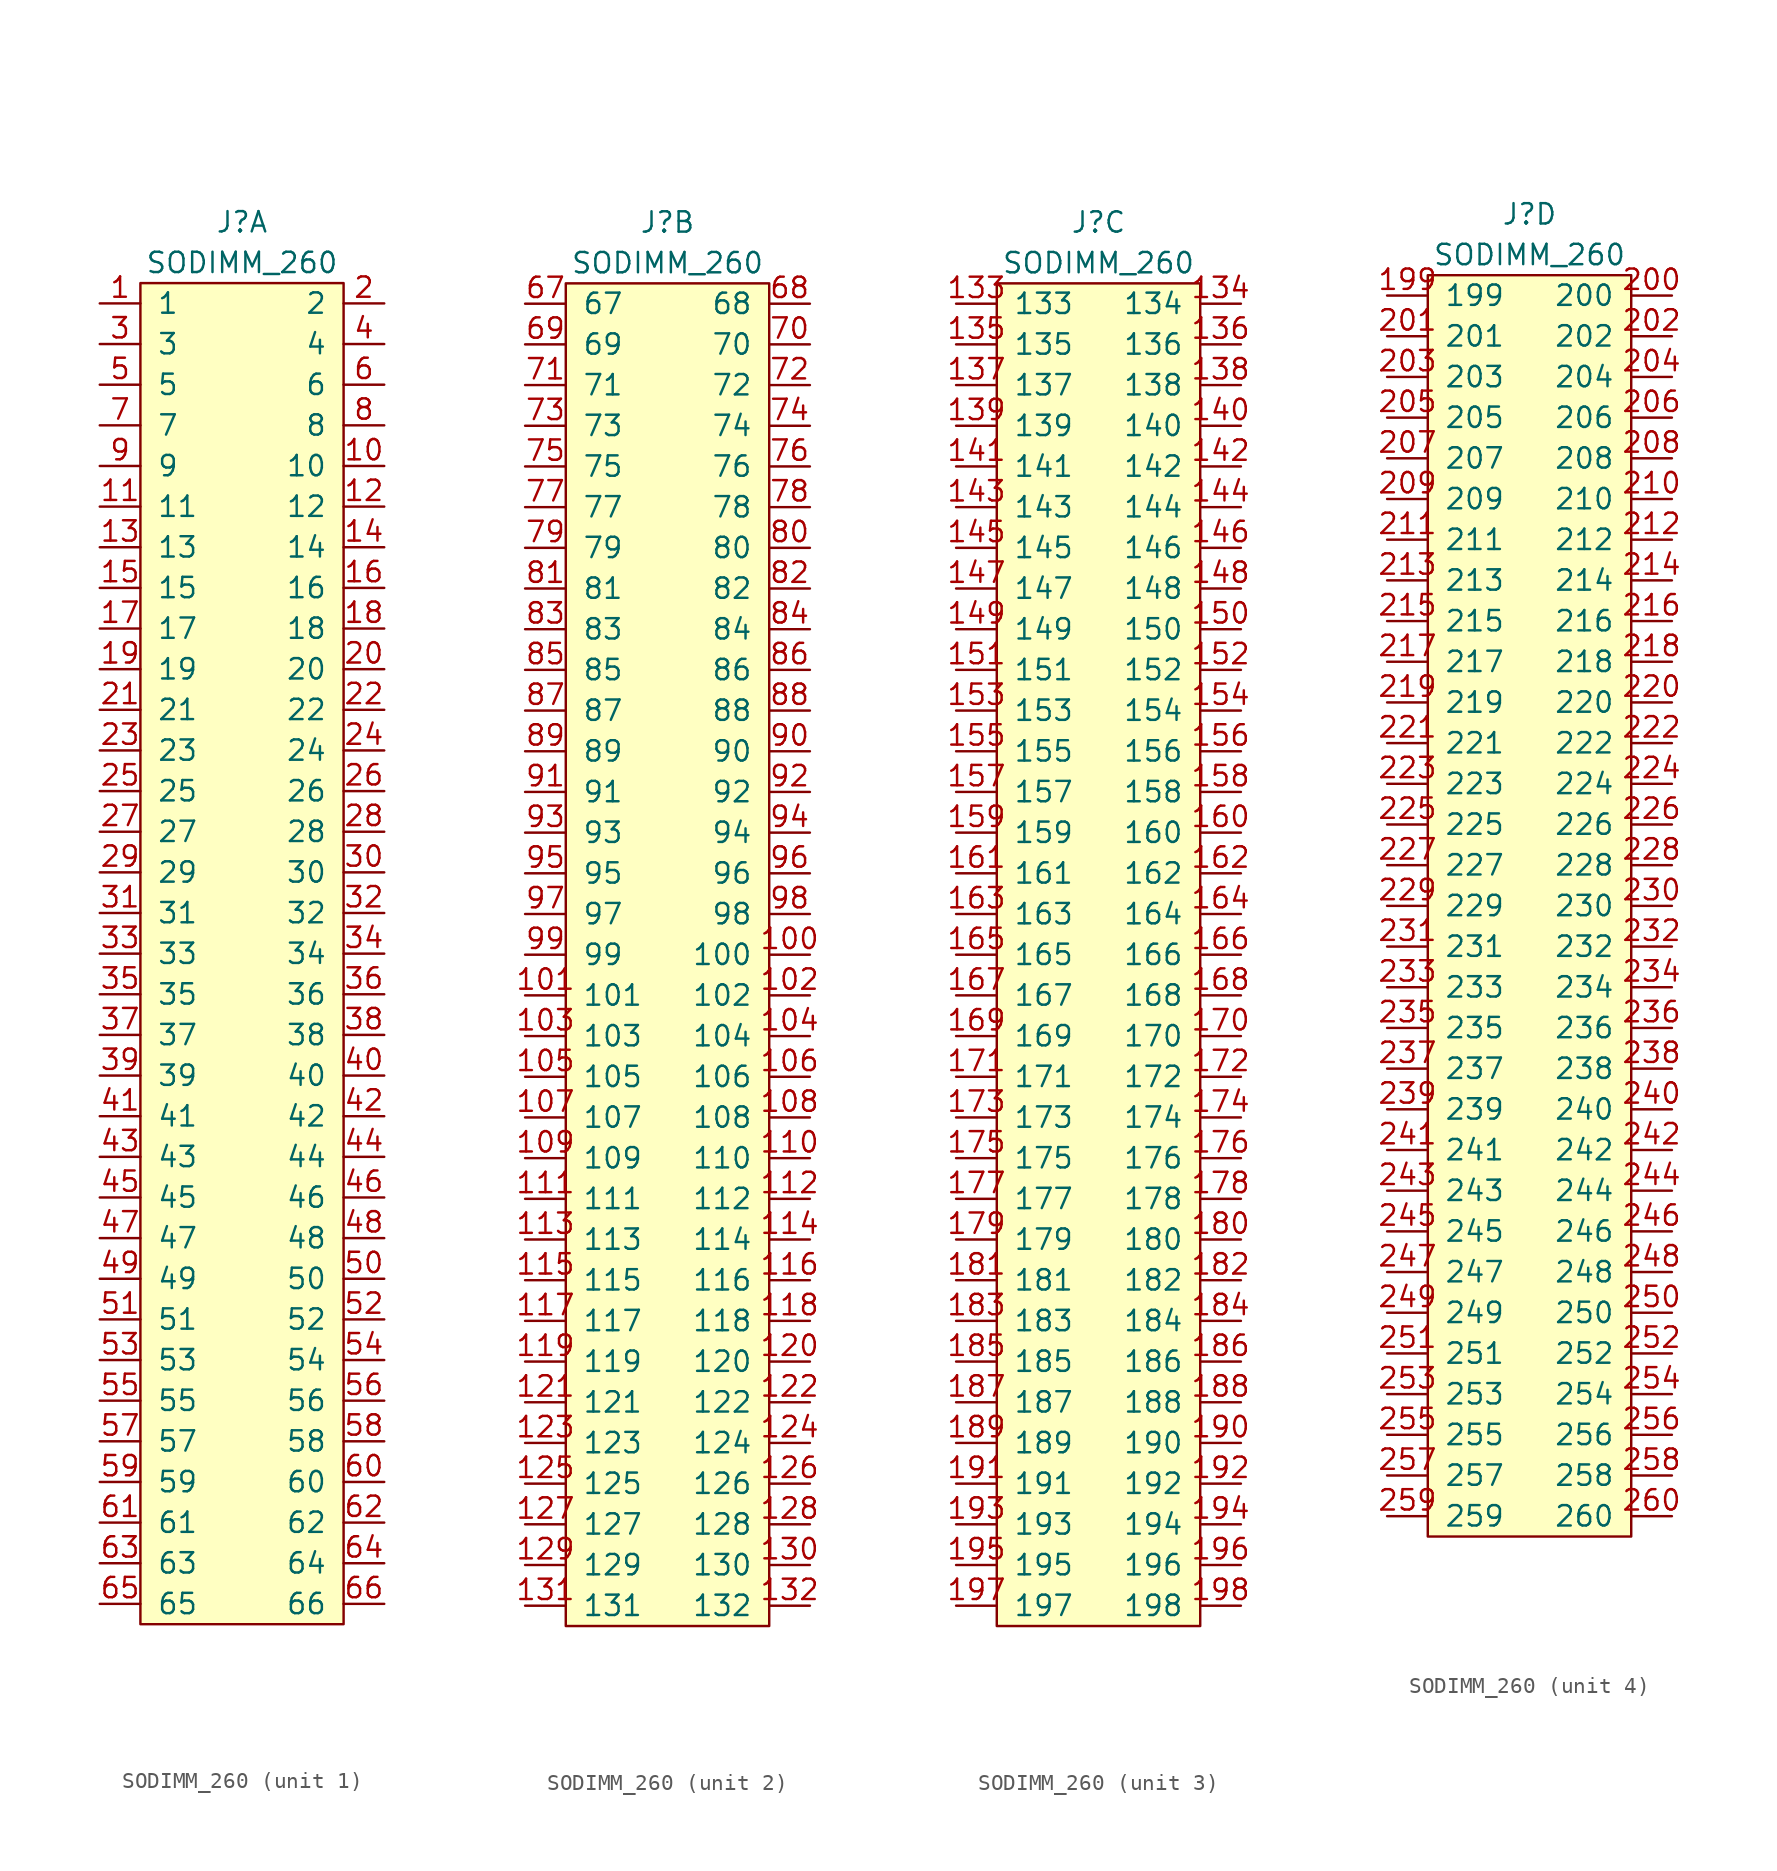
<source format=kicad_sym>
(kicad_symbol_lib
  (version 20241209)
  (generator "kicad_symbol_editor")
  (generator_version "9.0")
  (symbol "SODIMM_260"
    (pin_names
      (offset 1.016))
    (property "Reference" "J"
      (at 0 13.97 0)
      (effects (font (size 1.27 1.27))))
    (property "Value" "SODIMM_260"
      (at 0 11.43 0)
      (effects (font (size 1.27 1.27))))
    (property "ki_locked" ""
      (at 0 0 0)
      (effects (font (size 1.27 1.27))))
    (symbol "SODIMM_260_1_1"
      (rectangle (start -6.35 10.16) (end 6.35 -73.66) (stroke (width 0) (type default)) (fill (type background)))
      (pin bidirectional line (at -8.89 8.89 0) (length 2.54) (name "1" (effects (font (size 1.27 1.27)))) (number "1" (effects (font (size 1.27 1.27)))))
      (pin bidirectional line (at -8.89 6.35 0) (length 2.54) (name "3" (effects (font (size 1.27 1.27)))) (number "3" (effects (font (size 1.27 1.27)))))
      (pin bidirectional line (at -8.89 3.81 0) (length 2.54) (name "5" (effects (font (size 1.27 1.27)))) (number "5" (effects (font (size 1.27 1.27)))))
      (pin bidirectional line (at -8.89 1.27 0) (length 2.54) (name "7" (effects (font (size 1.27 1.27)))) (number "7" (effects (font (size 1.27 1.27)))))
      (pin bidirectional line (at -8.89 -1.27 0) (length 2.54) (name "9" (effects (font (size 1.27 1.27)))) (number "9" (effects (font (size 1.27 1.27)))))
      (pin bidirectional line (at -8.89 -3.81 0) (length 2.54) (name "11" (effects (font (size 1.27 1.27)))) (number "11" (effects (font (size 1.27 1.27)))))
      (pin bidirectional line (at -8.89 -6.35 0) (length 2.54) (name "13" (effects (font (size 1.27 1.27)))) (number "13" (effects (font (size 1.27 1.27)))))
      (pin bidirectional line (at -8.89 -8.89 0) (length 2.54) (name "15" (effects (font (size 1.27 1.27)))) (number "15" (effects (font (size 1.27 1.27)))))
      (pin bidirectional line (at -8.89 -11.43 0) (length 2.54) (name "17" (effects (font (size 1.27 1.27)))) (number "17" (effects (font (size 1.27 1.27)))))
      (pin bidirectional line (at -8.89 -13.97 0) (length 2.54) (name "19" (effects (font (size 1.27 1.27)))) (number "19" (effects (font (size 1.27 1.27)))))
      (pin bidirectional line (at -8.89 -16.51 0) (length 2.54) (name "21" (effects (font (size 1.27 1.27)))) (number "21" (effects (font (size 1.27 1.27)))))
      (pin bidirectional line (at -8.89 -19.05 0) (length 2.54) (name "23" (effects (font (size 1.27 1.27)))) (number "23" (effects (font (size 1.27 1.27)))))
      (pin bidirectional line (at -8.89 -21.59 0) (length 2.54) (name "25" (effects (font (size 1.27 1.27)))) (number "25" (effects (font (size 1.27 1.27)))))
      (pin bidirectional line (at -8.89 -24.13 0) (length 2.54) (name "27" (effects (font (size 1.27 1.27)))) (number "27" (effects (font (size 1.27 1.27)))))
      (pin bidirectional line (at -8.89 -26.67 0) (length 2.54) (name "29" (effects (font (size 1.27 1.27)))) (number "29" (effects (font (size 1.27 1.27)))))
      (pin bidirectional line (at -8.89 -29.21 0) (length 2.54) (name "31" (effects (font (size 1.27 1.27)))) (number "31" (effects (font (size 1.27 1.27)))))
      (pin bidirectional line (at -8.89 -31.75 0) (length 2.54) (name "33" (effects (font (size 1.27 1.27)))) (number "33" (effects (font (size 1.27 1.27)))))
      (pin bidirectional line (at -8.89 -34.29 0) (length 2.54) (name "35" (effects (font (size 1.27 1.27)))) (number "35" (effects (font (size 1.27 1.27)))))
      (pin bidirectional line (at -8.89 -36.83 0) (length 2.54) (name "37" (effects (font (size 1.27 1.27)))) (number "37" (effects (font (size 1.27 1.27)))))
      (pin bidirectional line (at -8.89 -39.37 0) (length 2.54) (name "39" (effects (font (size 1.27 1.27)))) (number "39" (effects (font (size 1.27 1.27)))))
      (pin bidirectional line (at -8.89 -41.91 0) (length 2.54) (name "41" (effects (font (size 1.27 1.27)))) (number "41" (effects (font (size 1.27 1.27)))))
      (pin bidirectional line (at -8.89 -44.45 0) (length 2.54) (name "43" (effects (font (size 1.27 1.27)))) (number "43" (effects (font (size 1.27 1.27)))))
      (pin bidirectional line (at -8.89 -46.99 0) (length 2.54) (name "45" (effects (font (size 1.27 1.27)))) (number "45" (effects (font (size 1.27 1.27)))))
      (pin bidirectional line (at -8.89 -49.53 0) (length 2.54) (name "47" (effects (font (size 1.27 1.27)))) (number "47" (effects (font (size 1.27 1.27)))))
      (pin bidirectional line (at -8.89 -52.07 0) (length 2.54) (name "49" (effects (font (size 1.27 1.27)))) (number "49" (effects (font (size 1.27 1.27)))))
      (pin bidirectional line (at -8.89 -54.61 0) (length 2.54) (name "51" (effects (font (size 1.27 1.27)))) (number "51" (effects (font (size 1.27 1.27)))))
      (pin bidirectional line (at -8.89 -57.15 0) (length 2.54) (name "53" (effects (font (size 1.27 1.27)))) (number "53" (effects (font (size 1.27 1.27)))))
      (pin bidirectional line (at -8.89 -59.69 0) (length 2.54) (name "55" (effects (font (size 1.27 1.27)))) (number "55" (effects (font (size 1.27 1.27)))))
      (pin bidirectional line (at -8.89 -62.23 0) (length 2.54) (name "57" (effects (font (size 1.27 1.27)))) (number "57" (effects (font (size 1.27 1.27)))))
      (pin bidirectional line (at -8.89 -64.77 0) (length 2.54) (name "59" (effects (font (size 1.27 1.27)))) (number "59" (effects (font (size 1.27 1.27)))))
      (pin bidirectional line (at -8.89 -67.31 0) (length 2.54) (name "61" (effects (font (size 1.27 1.27)))) (number "61" (effects (font (size 1.27 1.27)))))
      (pin bidirectional line (at -8.89 -69.85 0) (length 2.54) (name "63" (effects (font (size 1.27 1.27)))) (number "63" (effects (font (size 1.27 1.27)))))
      (pin bidirectional line (at -8.89 -72.39 0) (length 2.54) (name "65" (effects (font (size 1.27 1.27)))) (number "65" (effects (font (size 1.27 1.27)))))
      (pin bidirectional line (at 8.89 8.89 180) (length 2.54) (name "2" (effects (font (size 1.27 1.27)))) (number "2" (effects (font (size 1.27 1.27)))))
      (pin bidirectional line (at 8.89 6.35 180) (length 2.54) (name "4" (effects (font (size 1.27 1.27)))) (number "4" (effects (font (size 1.27 1.27)))))
      (pin bidirectional line (at 8.89 3.81 180) (length 2.54) (name "6" (effects (font (size 1.27 1.27)))) (number "6" (effects (font (size 1.27 1.27)))))
      (pin bidirectional line (at 8.89 1.27 180) (length 2.54) (name "8" (effects (font (size 1.27 1.27)))) (number "8" (effects (font (size 1.27 1.27)))))
      (pin bidirectional line (at 8.89 -1.27 180) (length 2.54) (name "10" (effects (font (size 1.27 1.27)))) (number "10" (effects (font (size 1.27 1.27)))))
      (pin bidirectional line (at 8.89 -3.81 180) (length 2.54) (name "12" (effects (font (size 1.27 1.27)))) (number "12" (effects (font (size 1.27 1.27)))))
      (pin bidirectional line (at 8.89 -6.35 180) (length 2.54) (name "14" (effects (font (size 1.27 1.27)))) (number "14" (effects (font (size 1.27 1.27)))))
      (pin bidirectional line (at 8.89 -8.89 180) (length 2.54) (name "16" (effects (font (size 1.27 1.27)))) (number "16" (effects (font (size 1.27 1.27)))))
      (pin bidirectional line (at 8.89 -11.43 180) (length 2.54) (name "18" (effects (font (size 1.27 1.27)))) (number "18" (effects (font (size 1.27 1.27)))))
      (pin bidirectional line (at 8.89 -13.97 180) (length 2.54) (name "20" (effects (font (size 1.27 1.27)))) (number "20" (effects (font (size 1.27 1.27)))))
      (pin bidirectional line (at 8.89 -16.51 180) (length 2.54) (name "22" (effects (font (size 1.27 1.27)))) (number "22" (effects (font (size 1.27 1.27)))))
      (pin bidirectional line (at 8.89 -19.05 180) (length 2.54) (name "24" (effects (font (size 1.27 1.27)))) (number "24" (effects (font (size 1.27 1.27)))))
      (pin bidirectional line (at 8.89 -21.59 180) (length 2.54) (name "26" (effects (font (size 1.27 1.27)))) (number "26" (effects (font (size 1.27 1.27)))))
      (pin bidirectional line (at 8.89 -24.13 180) (length 2.54) (name "28" (effects (font (size 1.27 1.27)))) (number "28" (effects (font (size 1.27 1.27)))))
      (pin bidirectional line (at 8.89 -26.67 180) (length 2.54) (name "30" (effects (font (size 1.27 1.27)))) (number "30" (effects (font (size 1.27 1.27)))))
      (pin bidirectional line (at 8.89 -29.21 180) (length 2.54) (name "32" (effects (font (size 1.27 1.27)))) (number "32" (effects (font (size 1.27 1.27)))))
      (pin bidirectional line (at 8.89 -31.75 180) (length 2.54) (name "34" (effects (font (size 1.27 1.27)))) (number "34" (effects (font (size 1.27 1.27)))))
      (pin bidirectional line (at 8.89 -34.29 180) (length 2.54) (name "36" (effects (font (size 1.27 1.27)))) (number "36" (effects (font (size 1.27 1.27)))))
      (pin bidirectional line (at 8.89 -36.83 180) (length 2.54) (name "38" (effects (font (size 1.27 1.27)))) (number "38" (effects (font (size 1.27 1.27)))))
      (pin bidirectional line (at 8.89 -39.37 180) (length 2.54) (name "40" (effects (font (size 1.27 1.27)))) (number "40" (effects (font (size 1.27 1.27)))))
      (pin bidirectional line (at 8.89 -41.91 180) (length 2.54) (name "42" (effects (font (size 1.27 1.27)))) (number "42" (effects (font (size 1.27 1.27)))))
      (pin bidirectional line (at 8.89 -44.45 180) (length 2.54) (name "44" (effects (font (size 1.27 1.27)))) (number "44" (effects (font (size 1.27 1.27)))))
      (pin bidirectional line (at 8.89 -46.99 180) (length 2.54) (name "46" (effects (font (size 1.27 1.27)))) (number "46" (effects (font (size 1.27 1.27)))))
      (pin bidirectional line (at 8.89 -49.53 180) (length 2.54) (name "48" (effects (font (size 1.27 1.27)))) (number "48" (effects (font (size 1.27 1.27)))))
      (pin bidirectional line (at 8.89 -52.07 180) (length 2.54) (name "50" (effects (font (size 1.27 1.27)))) (number "50" (effects (font (size 1.27 1.27)))))
      (pin bidirectional line (at 8.89 -54.61 180) (length 2.54) (name "52" (effects (font (size 1.27 1.27)))) (number "52" (effects (font (size 1.27 1.27)))))
      (pin bidirectional line (at 8.89 -57.15 180) (length 2.54) (name "54" (effects (font (size 1.27 1.27)))) (number "54" (effects (font (size 1.27 1.27)))))
      (pin bidirectional line (at 8.89 -59.69 180) (length 2.54) (name "56" (effects (font (size 1.27 1.27)))) (number "56" (effects (font (size 1.27 1.27)))))
      (pin bidirectional line (at 8.89 -62.23 180) (length 2.54) (name "58" (effects (font (size 1.27 1.27)))) (number "58" (effects (font (size 1.27 1.27)))))
      (pin bidirectional line (at 8.89 -64.77 180) (length 2.54) (name "60" (effects (font (size 1.27 1.27)))) (number "60" (effects (font (size 1.27 1.27)))))
      (pin bidirectional line (at 8.89 -67.31 180) (length 2.54) (name "62" (effects (font (size 1.27 1.27)))) (number "62" (effects (font (size 1.27 1.27)))))
      (pin bidirectional line (at 8.89 -69.85 180) (length 2.54) (name "64" (effects (font (size 1.27 1.27)))) (number "64" (effects (font (size 1.27 1.27)))))
      (pin bidirectional line (at 8.89 -72.39 180) (length 2.54) (name "66" (effects (font (size 1.27 1.27)))) (number "66" (effects (font (size 1.27 1.27))))))
    (symbol "SODIMM_260_2_1"
      (rectangle (start -6.35 10.16) (end 6.35 -73.66) (stroke (width 0) (type default)) (fill (type background)))
      (pin bidirectional line (at -8.89 8.89 0) (length 2.54) (name "67" (effects (font (size 1.27 1.27)))) (number "67" (effects (font (size 1.27 1.27)))))
      (pin bidirectional line (at -8.89 6.35 0) (length 2.54) (name "69" (effects (font (size 1.27 1.27)))) (number "69" (effects (font (size 1.27 1.27)))))
      (pin bidirectional line (at -8.89 3.81 0) (length 2.54) (name "71" (effects (font (size 1.27 1.27)))) (number "71" (effects (font (size 1.27 1.27)))))
      (pin bidirectional line (at -8.89 1.27 0) (length 2.54) (name "73" (effects (font (size 1.27 1.27)))) (number "73" (effects (font (size 1.27 1.27)))))
      (pin bidirectional line (at -8.89 -1.27 0) (length 2.54) (name "75" (effects (font (size 1.27 1.27)))) (number "75" (effects (font (size 1.27 1.27)))))
      (pin bidirectional line (at -8.89 -3.81 0) (length 2.54) (name "77" (effects (font (size 1.27 1.27)))) (number "77" (effects (font (size 1.27 1.27)))))
      (pin bidirectional line (at -8.89 -6.35 0) (length 2.54) (name "79" (effects (font (size 1.27 1.27)))) (number "79" (effects (font (size 1.27 1.27)))))
      (pin bidirectional line (at -8.89 -8.89 0) (length 2.54) (name "81" (effects (font (size 1.27 1.27)))) (number "81" (effects (font (size 1.27 1.27)))))
      (pin bidirectional line (at -8.89 -11.43 0) (length 2.54) (name "83" (effects (font (size 1.27 1.27)))) (number "83" (effects (font (size 1.27 1.27)))))
      (pin bidirectional line (at -8.89 -13.97 0) (length 2.54) (name "85" (effects (font (size 1.27 1.27)))) (number "85" (effects (font (size 1.27 1.27)))))
      (pin bidirectional line (at -8.89 -16.51 0) (length 2.54) (name "87" (effects (font (size 1.27 1.27)))) (number "87" (effects (font (size 1.27 1.27)))))
      (pin bidirectional line (at -8.89 -19.05 0) (length 2.54) (name "89" (effects (font (size 1.27 1.27)))) (number "89" (effects (font (size 1.27 1.27)))))
      (pin bidirectional line (at -8.89 -21.59 0) (length 2.54) (name "91" (effects (font (size 1.27 1.27)))) (number "91" (effects (font (size 1.27 1.27)))))
      (pin bidirectional line (at -8.89 -24.13 0) (length 2.54) (name "93" (effects (font (size 1.27 1.27)))) (number "93" (effects (font (size 1.27 1.27)))))
      (pin bidirectional line (at -8.89 -26.67 0) (length 2.54) (name "95" (effects (font (size 1.27 1.27)))) (number "95" (effects (font (size 1.27 1.27)))))
      (pin bidirectional line (at -8.89 -29.21 0) (length 2.54) (name "97" (effects (font (size 1.27 1.27)))) (number "97" (effects (font (size 1.27 1.27)))))
      (pin bidirectional line (at -8.89 -31.75 0) (length 2.54) (name "99" (effects (font (size 1.27 1.27)))) (number "99" (effects (font (size 1.27 1.27)))))
      (pin bidirectional line (at -8.89 -34.29 0) (length 2.54) (name "101" (effects (font (size 1.27 1.27)))) (number "101" (effects (font (size 1.27 1.27)))))
      (pin bidirectional line (at -8.89 -36.83 0) (length 2.54) (name "103" (effects (font (size 1.27 1.27)))) (number "103" (effects (font (size 1.27 1.27)))))
      (pin bidirectional line (at -8.89 -39.37 0) (length 2.54) (name "105" (effects (font (size 1.27 1.27)))) (number "105" (effects (font (size 1.27 1.27)))))
      (pin bidirectional line (at -8.89 -41.91 0) (length 2.54) (name "107" (effects (font (size 1.27 1.27)))) (number "107" (effects (font (size 1.27 1.27)))))
      (pin bidirectional line (at -8.89 -44.45 0) (length 2.54) (name "109" (effects (font (size 1.27 1.27)))) (number "109" (effects (font (size 1.27 1.27)))))
      (pin bidirectional line (at -8.89 -46.99 0) (length 2.54) (name "111" (effects (font (size 1.27 1.27)))) (number "111" (effects (font (size 1.27 1.27)))))
      (pin bidirectional line (at -8.89 -49.53 0) (length 2.54) (name "113" (effects (font (size 1.27 1.27)))) (number "113" (effects (font (size 1.27 1.27)))))
      (pin bidirectional line (at -8.89 -52.07 0) (length 2.54) (name "115" (effects (font (size 1.27 1.27)))) (number "115" (effects (font (size 1.27 1.27)))))
      (pin bidirectional line (at -8.89 -54.61 0) (length 2.54) (name "117" (effects (font (size 1.27 1.27)))) (number "117" (effects (font (size 1.27 1.27)))))
      (pin bidirectional line (at -8.89 -57.15 0) (length 2.54) (name "119" (effects (font (size 1.27 1.27)))) (number "119" (effects (font (size 1.27 1.27)))))
      (pin bidirectional line (at -8.89 -59.69 0) (length 2.54) (name "121" (effects (font (size 1.27 1.27)))) (number "121" (effects (font (size 1.27 1.27)))))
      (pin bidirectional line (at -8.89 -62.23 0) (length 2.54) (name "123" (effects (font (size 1.27 1.27)))) (number "123" (effects (font (size 1.27 1.27)))))
      (pin bidirectional line (at -8.89 -64.77 0) (length 2.54) (name "125" (effects (font (size 1.27 1.27)))) (number "125" (effects (font (size 1.27 1.27)))))
      (pin bidirectional line (at -8.89 -67.31 0) (length 2.54) (name "127" (effects (font (size 1.27 1.27)))) (number "127" (effects (font (size 1.27 1.27)))))
      (pin bidirectional line (at -8.89 -69.85 0) (length 2.54) (name "129" (effects (font (size 1.27 1.27)))) (number "129" (effects (font (size 1.27 1.27)))))
      (pin bidirectional line (at -8.89 -72.39 0) (length 2.54) (name "131" (effects (font (size 1.27 1.27)))) (number "131" (effects (font (size 1.27 1.27)))))
      (pin bidirectional line (at 8.89 8.89 180) (length 2.54) (name "68" (effects (font (size 1.27 1.27)))) (number "68" (effects (font (size 1.27 1.27)))))
      (pin bidirectional line (at 8.89 6.35 180) (length 2.54) (name "70" (effects (font (size 1.27 1.27)))) (number "70" (effects (font (size 1.27 1.27)))))
      (pin bidirectional line (at 8.89 3.81 180) (length 2.54) (name "72" (effects (font (size 1.27 1.27)))) (number "72" (effects (font (size 1.27 1.27)))))
      (pin bidirectional line (at 8.89 1.27 180) (length 2.54) (name "74" (effects (font (size 1.27 1.27)))) (number "74" (effects (font (size 1.27 1.27)))))
      (pin bidirectional line (at 8.89 -1.27 180) (length 2.54) (name "76" (effects (font (size 1.27 1.27)))) (number "76" (effects (font (size 1.27 1.27)))))
      (pin bidirectional line (at 8.89 -3.81 180) (length 2.54) (name "78" (effects (font (size 1.27 1.27)))) (number "78" (effects (font (size 1.27 1.27)))))
      (pin bidirectional line (at 8.89 -6.35 180) (length 2.54) (name "80" (effects (font (size 1.27 1.27)))) (number "80" (effects (font (size 1.27 1.27)))))
      (pin bidirectional line (at 8.89 -8.89 180) (length 2.54) (name "82" (effects (font (size 1.27 1.27)))) (number "82" (effects (font (size 1.27 1.27)))))
      (pin bidirectional line (at 8.89 -11.43 180) (length 2.54) (name "84" (effects (font (size 1.27 1.27)))) (number "84" (effects (font (size 1.27 1.27)))))
      (pin bidirectional line (at 8.89 -13.97 180) (length 2.54) (name "86" (effects (font (size 1.27 1.27)))) (number "86" (effects (font (size 1.27 1.27)))))
      (pin bidirectional line (at 8.89 -16.51 180) (length 2.54) (name "88" (effects (font (size 1.27 1.27)))) (number "88" (effects (font (size 1.27 1.27)))))
      (pin bidirectional line (at 8.89 -19.05 180) (length 2.54) (name "90" (effects (font (size 1.27 1.27)))) (number "90" (effects (font (size 1.27 1.27)))))
      (pin bidirectional line (at 8.89 -21.59 180) (length 2.54) (name "92" (effects (font (size 1.27 1.27)))) (number "92" (effects (font (size 1.27 1.27)))))
      (pin bidirectional line (at 8.89 -24.13 180) (length 2.54) (name "94" (effects (font (size 1.27 1.27)))) (number "94" (effects (font (size 1.27 1.27)))))
      (pin bidirectional line (at 8.89 -26.67 180) (length 2.54) (name "96" (effects (font (size 1.27 1.27)))) (number "96" (effects (font (size 1.27 1.27)))))
      (pin bidirectional line (at 8.89 -29.21 180) (length 2.54) (name "98" (effects (font (size 1.27 1.27)))) (number "98" (effects (font (size 1.27 1.27)))))
      (pin bidirectional line (at 8.89 -31.75 180) (length 2.54) (name "100" (effects (font (size 1.27 1.27)))) (number "100" (effects (font (size 1.27 1.27)))))
      (pin bidirectional line (at 8.89 -34.29 180) (length 2.54) (name "102" (effects (font (size 1.27 1.27)))) (number "102" (effects (font (size 1.27 1.27)))))
      (pin bidirectional line (at 8.89 -36.83 180) (length 2.54) (name "104" (effects (font (size 1.27 1.27)))) (number "104" (effects (font (size 1.27 1.27)))))
      (pin bidirectional line (at 8.89 -39.37 180) (length 2.54) (name "106" (effects (font (size 1.27 1.27)))) (number "106" (effects (font (size 1.27 1.27)))))
      (pin bidirectional line (at 8.89 -41.91 180) (length 2.54) (name "108" (effects (font (size 1.27 1.27)))) (number "108" (effects (font (size 1.27 1.27)))))
      (pin bidirectional line (at 8.89 -44.45 180) (length 2.54) (name "110" (effects (font (size 1.27 1.27)))) (number "110" (effects (font (size 1.27 1.27)))))
      (pin bidirectional line (at 8.89 -46.99 180) (length 2.54) (name "112" (effects (font (size 1.27 1.27)))) (number "112" (effects (font (size 1.27 1.27)))))
      (pin bidirectional line (at 8.89 -49.53 180) (length 2.54) (name "114" (effects (font (size 1.27 1.27)))) (number "114" (effects (font (size 1.27 1.27)))))
      (pin bidirectional line (at 8.89 -52.07 180) (length 2.54) (name "116" (effects (font (size 1.27 1.27)))) (number "116" (effects (font (size 1.27 1.27)))))
      (pin bidirectional line (at 8.89 -54.61 180) (length 2.54) (name "118" (effects (font (size 1.27 1.27)))) (number "118" (effects (font (size 1.27 1.27)))))
      (pin bidirectional line (at 8.89 -57.15 180) (length 2.54) (name "120" (effects (font (size 1.27 1.27)))) (number "120" (effects (font (size 1.27 1.27)))))
      (pin bidirectional line (at 8.89 -59.69 180) (length 2.54) (name "122" (effects (font (size 1.27 1.27)))) (number "122" (effects (font (size 1.27 1.27)))))
      (pin bidirectional line (at 8.89 -62.23 180) (length 2.54) (name "124" (effects (font (size 1.27 1.27)))) (number "124" (effects (font (size 1.27 1.27)))))
      (pin bidirectional line (at 8.89 -64.77 180) (length 2.54) (name "126" (effects (font (size 1.27 1.27)))) (number "126" (effects (font (size 1.27 1.27)))))
      (pin bidirectional line (at 8.89 -67.31 180) (length 2.54) (name "128" (effects (font (size 1.27 1.27)))) (number "128" (effects (font (size 1.27 1.27)))))
      (pin bidirectional line (at 8.89 -69.85 180) (length 2.54) (name "130" (effects (font (size 1.27 1.27)))) (number "130" (effects (font (size 1.27 1.27)))))
      (pin bidirectional line (at 8.89 -72.39 180) (length 2.54) (name "132" (effects (font (size 1.27 1.27)))) (number "132" (effects (font (size 1.27 1.27))))))
    (symbol "SODIMM_260_3_1"
      (rectangle (start -6.35 10.16) (end 6.35 -73.66) (stroke (width 0) (type default)) (fill (type background)))
      (pin bidirectional line (at -8.89 8.89 0) (length 2.54) (name "133" (effects (font (size 1.27 1.27)))) (number "133" (effects (font (size 1.27 1.27)))))
      (pin bidirectional line (at -8.89 6.35 0) (length 2.54) (name "135" (effects (font (size 1.27 1.27)))) (number "135" (effects (font (size 1.27 1.27)))))
      (pin bidirectional line (at -8.89 3.81 0) (length 2.54) (name "137" (effects (font (size 1.27 1.27)))) (number "137" (effects (font (size 1.27 1.27)))))
      (pin bidirectional line (at -8.89 1.27 0) (length 2.54) (name "139" (effects (font (size 1.27 1.27)))) (number "139" (effects (font (size 1.27 1.27)))))
      (pin bidirectional line (at -8.89 -1.27 0) (length 2.54) (name "141" (effects (font (size 1.27 1.27)))) (number "141" (effects (font (size 1.27 1.27)))))
      (pin bidirectional line (at -8.89 -3.81 0) (length 2.54) (name "143" (effects (font (size 1.27 1.27)))) (number "143" (effects (font (size 1.27 1.27)))))
      (pin bidirectional line (at -8.89 -6.35 0) (length 2.54) (name "145" (effects (font (size 1.27 1.27)))) (number "145" (effects (font (size 1.27 1.27)))))
      (pin bidirectional line (at -8.89 -8.89 0) (length 2.54) (name "147" (effects (font (size 1.27 1.27)))) (number "147" (effects (font (size 1.27 1.27)))))
      (pin bidirectional line (at -8.89 -11.43 0) (length 2.54) (name "149" (effects (font (size 1.27 1.27)))) (number "149" (effects (font (size 1.27 1.27)))))
      (pin bidirectional line (at -8.89 -13.97 0) (length 2.54) (name "151" (effects (font (size 1.27 1.27)))) (number "151" (effects (font (size 1.27 1.27)))))
      (pin bidirectional line (at -8.89 -16.51 0) (length 2.54) (name "153" (effects (font (size 1.27 1.27)))) (number "153" (effects (font (size 1.27 1.27)))))
      (pin bidirectional line (at -8.89 -19.05 0) (length 2.54) (name "155" (effects (font (size 1.27 1.27)))) (number "155" (effects (font (size 1.27 1.27)))))
      (pin bidirectional line (at -8.89 -21.59 0) (length 2.54) (name "157" (effects (font (size 1.27 1.27)))) (number "157" (effects (font (size 1.27 1.27)))))
      (pin bidirectional line (at -8.89 -24.13 0) (length 2.54) (name "159" (effects (font (size 1.27 1.27)))) (number "159" (effects (font (size 1.27 1.27)))))
      (pin bidirectional line (at -8.89 -26.67 0) (length 2.54) (name "161" (effects (font (size 1.27 1.27)))) (number "161" (effects (font (size 1.27 1.27)))))
      (pin bidirectional line (at -8.89 -29.21 0) (length 2.54) (name "163" (effects (font (size 1.27 1.27)))) (number "163" (effects (font (size 1.27 1.27)))))
      (pin bidirectional line (at -8.89 -31.75 0) (length 2.54) (name "165" (effects (font (size 1.27 1.27)))) (number "165" (effects (font (size 1.27 1.27)))))
      (pin bidirectional line (at -8.89 -34.29 0) (length 2.54) (name "167" (effects (font (size 1.27 1.27)))) (number "167" (effects (font (size 1.27 1.27)))))
      (pin bidirectional line (at -8.89 -36.83 0) (length 2.54) (name "169" (effects (font (size 1.27 1.27)))) (number "169" (effects (font (size 1.27 1.27)))))
      (pin bidirectional line (at -8.89 -39.37 0) (length 2.54) (name "171" (effects (font (size 1.27 1.27)))) (number "171" (effects (font (size 1.27 1.27)))))
      (pin bidirectional line (at -8.89 -41.91 0) (length 2.54) (name "173" (effects (font (size 1.27 1.27)))) (number "173" (effects (font (size 1.27 1.27)))))
      (pin bidirectional line (at -8.89 -44.45 0) (length 2.54) (name "175" (effects (font (size 1.27 1.27)))) (number "175" (effects (font (size 1.27 1.27)))))
      (pin bidirectional line (at -8.89 -46.99 0) (length 2.54) (name "177" (effects (font (size 1.27 1.27)))) (number "177" (effects (font (size 1.27 1.27)))))
      (pin bidirectional line (at -8.89 -49.53 0) (length 2.54) (name "179" (effects (font (size 1.27 1.27)))) (number "179" (effects (font (size 1.27 1.27)))))
      (pin bidirectional line (at -8.89 -52.07 0) (length 2.54) (name "181" (effects (font (size 1.27 1.27)))) (number "181" (effects (font (size 1.27 1.27)))))
      (pin bidirectional line (at -8.89 -54.61 0) (length 2.54) (name "183" (effects (font (size 1.27 1.27)))) (number "183" (effects (font (size 1.27 1.27)))))
      (pin bidirectional line (at -8.89 -57.15 0) (length 2.54) (name "185" (effects (font (size 1.27 1.27)))) (number "185" (effects (font (size 1.27 1.27)))))
      (pin bidirectional line (at -8.89 -59.69 0) (length 2.54) (name "187" (effects (font (size 1.27 1.27)))) (number "187" (effects (font (size 1.27 1.27)))))
      (pin bidirectional line (at -8.89 -62.23 0) (length 2.54) (name "189" (effects (font (size 1.27 1.27)))) (number "189" (effects (font (size 1.27 1.27)))))
      (pin bidirectional line (at -8.89 -64.77 0) (length 2.54) (name "191" (effects (font (size 1.27 1.27)))) (number "191" (effects (font (size 1.27 1.27)))))
      (pin bidirectional line (at -8.89 -67.31 0) (length 2.54) (name "193" (effects (font (size 1.27 1.27)))) (number "193" (effects (font (size 1.27 1.27)))))
      (pin bidirectional line (at -8.89 -69.85 0) (length 2.54) (name "195" (effects (font (size 1.27 1.27)))) (number "195" (effects (font (size 1.27 1.27)))))
      (pin bidirectional line (at -8.89 -72.39 0) (length 2.54) (name "197" (effects (font (size 1.27 1.27)))) (number "197" (effects (font (size 1.27 1.27)))))
      (pin bidirectional line (at 8.89 8.89 180) (length 2.54) (name "134" (effects (font (size 1.27 1.27)))) (number "134" (effects (font (size 1.27 1.27)))))
      (pin bidirectional line (at 8.89 6.35 180) (length 2.54) (name "136" (effects (font (size 1.27 1.27)))) (number "136" (effects (font (size 1.27 1.27)))))
      (pin bidirectional line (at 8.89 3.81 180) (length 2.54) (name "138" (effects (font (size 1.27 1.27)))) (number "138" (effects (font (size 1.27 1.27)))))
      (pin bidirectional line (at 8.89 1.27 180) (length 2.54) (name "140" (effects (font (size 1.27 1.27)))) (number "140" (effects (font (size 1.27 1.27)))))
      (pin bidirectional line (at 8.89 -1.27 180) (length 2.54) (name "142" (effects (font (size 1.27 1.27)))) (number "142" (effects (font (size 1.27 1.27)))))
      (pin bidirectional line (at 8.89 -3.81 180) (length 2.54) (name "144" (effects (font (size 1.27 1.27)))) (number "144" (effects (font (size 1.27 1.27)))))
      (pin bidirectional line (at 8.89 -6.35 180) (length 2.54) (name "146" (effects (font (size 1.27 1.27)))) (number "146" (effects (font (size 1.27 1.27)))))
      (pin bidirectional line (at 8.89 -8.89 180) (length 2.54) (name "148" (effects (font (size 1.27 1.27)))) (number "148" (effects (font (size 1.27 1.27)))))
      (pin bidirectional line (at 8.89 -11.43 180) (length 2.54) (name "150" (effects (font (size 1.27 1.27)))) (number "150" (effects (font (size 1.27 1.27)))))
      (pin bidirectional line (at 8.89 -13.97 180) (length 2.54) (name "152" (effects (font (size 1.27 1.27)))) (number "152" (effects (font (size 1.27 1.27)))))
      (pin bidirectional line (at 8.89 -16.51 180) (length 2.54) (name "154" (effects (font (size 1.27 1.27)))) (number "154" (effects (font (size 1.27 1.27)))))
      (pin bidirectional line (at 8.89 -19.05 180) (length 2.54) (name "156" (effects (font (size 1.27 1.27)))) (number "156" (effects (font (size 1.27 1.27)))))
      (pin bidirectional line (at 8.89 -21.59 180) (length 2.54) (name "158" (effects (font (size 1.27 1.27)))) (number "158" (effects (font (size 1.27 1.27)))))
      (pin bidirectional line (at 8.89 -24.13 180) (length 2.54) (name "160" (effects (font (size 1.27 1.27)))) (number "160" (effects (font (size 1.27 1.27)))))
      (pin bidirectional line (at 8.89 -26.67 180) (length 2.54) (name "162" (effects (font (size 1.27 1.27)))) (number "162" (effects (font (size 1.27 1.27)))))
      (pin bidirectional line (at 8.89 -29.21 180) (length 2.54) (name "164" (effects (font (size 1.27 1.27)))) (number "164" (effects (font (size 1.27 1.27)))))
      (pin bidirectional line (at 8.89 -31.75 180) (length 2.54) (name "166" (effects (font (size 1.27 1.27)))) (number "166" (effects (font (size 1.27 1.27)))))
      (pin bidirectional line (at 8.89 -34.29 180) (length 2.54) (name "168" (effects (font (size 1.27 1.27)))) (number "168" (effects (font (size 1.27 1.27)))))
      (pin bidirectional line (at 8.89 -36.83 180) (length 2.54) (name "170" (effects (font (size 1.27 1.27)))) (number "170" (effects (font (size 1.27 1.27)))))
      (pin bidirectional line (at 8.89 -39.37 180) (length 2.54) (name "172" (effects (font (size 1.27 1.27)))) (number "172" (effects (font (size 1.27 1.27)))))
      (pin bidirectional line (at 8.89 -41.91 180) (length 2.54) (name "174" (effects (font (size 1.27 1.27)))) (number "174" (effects (font (size 1.27 1.27)))))
      (pin bidirectional line (at 8.89 -44.45 180) (length 2.54) (name "176" (effects (font (size 1.27 1.27)))) (number "176" (effects (font (size 1.27 1.27)))))
      (pin bidirectional line (at 8.89 -46.99 180) (length 2.54) (name "178" (effects (font (size 1.27 1.27)))) (number "178" (effects (font (size 1.27 1.27)))))
      (pin bidirectional line (at 8.89 -49.53 180) (length 2.54) (name "180" (effects (font (size 1.27 1.27)))) (number "180" (effects (font (size 1.27 1.27)))))
      (pin bidirectional line (at 8.89 -52.07 180) (length 2.54) (name "182" (effects (font (size 1.27 1.27)))) (number "182" (effects (font (size 1.27 1.27)))))
      (pin bidirectional line (at 8.89 -54.61 180) (length 2.54) (name "184" (effects (font (size 1.27 1.27)))) (number "184" (effects (font (size 1.27 1.27)))))
      (pin bidirectional line (at 8.89 -57.15 180) (length 2.54) (name "186" (effects (font (size 1.27 1.27)))) (number "186" (effects (font (size 1.27 1.27)))))
      (pin bidirectional line (at 8.89 -59.69 180) (length 2.54) (name "188" (effects (font (size 1.27 1.27)))) (number "188" (effects (font (size 1.27 1.27)))))
      (pin bidirectional line (at 8.89 -62.23 180) (length 2.54) (name "190" (effects (font (size 1.27 1.27)))) (number "190" (effects (font (size 1.27 1.27)))))
      (pin bidirectional line (at 8.89 -64.77 180) (length 2.54) (name "192" (effects (font (size 1.27 1.27)))) (number "192" (effects (font (size 1.27 1.27)))))
      (pin bidirectional line (at 8.89 -67.31 180) (length 2.54) (name "194" (effects (font (size 1.27 1.27)))) (number "194" (effects (font (size 1.27 1.27)))))
      (pin bidirectional line (at 8.89 -69.85 180) (length 2.54) (name "196" (effects (font (size 1.27 1.27)))) (number "196" (effects (font (size 1.27 1.27)))))
      (pin bidirectional line (at 8.89 -72.39 180) (length 2.54) (name "198" (effects (font (size 1.27 1.27)))) (number "198" (effects (font (size 1.27 1.27))))))
    (symbol "SODIMM_260_4_1"
      (rectangle (start -6.35 10.16) (end 6.35 -68.58) (stroke (width 0) (type default)) (fill (type background)))
      (pin bidirectional line (at -8.89 8.89 0) (length 2.54) (name "199" (effects (font (size 1.27 1.27)))) (number "199" (effects (font (size 1.27 1.27)))))
      (pin bidirectional line (at -8.89 6.35 0) (length 2.54) (name "201" (effects (font (size 1.27 1.27)))) (number "201" (effects (font (size 1.27 1.27)))))
      (pin bidirectional line (at -8.89 3.81 0) (length 2.54) (name "203" (effects (font (size 1.27 1.27)))) (number "203" (effects (font (size 1.27 1.27)))))
      (pin bidirectional line (at -8.89 1.27 0) (length 2.54) (name "205" (effects (font (size 1.27 1.27)))) (number "205" (effects (font (size 1.27 1.27)))))
      (pin bidirectional line (at -8.89 -1.27 0) (length 2.54) (name "207" (effects (font (size 1.27 1.27)))) (number "207" (effects (font (size 1.27 1.27)))))
      (pin bidirectional line (at -8.89 -3.81 0) (length 2.54) (name "209" (effects (font (size 1.27 1.27)))) (number "209" (effects (font (size 1.27 1.27)))))
      (pin bidirectional line (at -8.89 -6.35 0) (length 2.54) (name "211" (effects (font (size 1.27 1.27)))) (number "211" (effects (font (size 1.27 1.27)))))
      (pin bidirectional line (at -8.89 -8.89 0) (length 2.54) (name "213" (effects (font (size 1.27 1.27)))) (number "213" (effects (font (size 1.27 1.27)))))
      (pin bidirectional line (at -8.89 -11.43 0) (length 2.54) (name "215" (effects (font (size 1.27 1.27)))) (number "215" (effects (font (size 1.27 1.27)))))
      (pin bidirectional line (at -8.89 -13.97 0) (length 2.54) (name "217" (effects (font (size 1.27 1.27)))) (number "217" (effects (font (size 1.27 1.27)))))
      (pin bidirectional line (at -8.89 -16.51 0) (length 2.54) (name "219" (effects (font (size 1.27 1.27)))) (number "219" (effects (font (size 1.27 1.27)))))
      (pin bidirectional line (at -8.89 -19.05 0) (length 2.54) (name "221" (effects (font (size 1.27 1.27)))) (number "221" (effects (font (size 1.27 1.27)))))
      (pin bidirectional line (at -8.89 -21.59 0) (length 2.54) (name "223" (effects (font (size 1.27 1.27)))) (number "223" (effects (font (size 1.27 1.27)))))
      (pin bidirectional line (at -8.89 -24.13 0) (length 2.54) (name "225" (effects (font (size 1.27 1.27)))) (number "225" (effects (font (size 1.27 1.27)))))
      (pin bidirectional line (at -8.89 -26.67 0) (length 2.54) (name "227" (effects (font (size 1.27 1.27)))) (number "227" (effects (font (size 1.27 1.27)))))
      (pin bidirectional line (at -8.89 -29.21 0) (length 2.54) (name "229" (effects (font (size 1.27 1.27)))) (number "229" (effects (font (size 1.27 1.27)))))
      (pin bidirectional line (at -8.89 -31.75 0) (length 2.54) (name "231" (effects (font (size 1.27 1.27)))) (number "231" (effects (font (size 1.27 1.27)))))
      (pin bidirectional line (at -8.89 -34.29 0) (length 2.54) (name "233" (effects (font (size 1.27 1.27)))) (number "233" (effects (font (size 1.27 1.27)))))
      (pin bidirectional line (at -8.89 -36.83 0) (length 2.54) (name "235" (effects (font (size 1.27 1.27)))) (number "235" (effects (font (size 1.27 1.27)))))
      (pin bidirectional line (at -8.89 -39.37 0) (length 2.54) (name "237" (effects (font (size 1.27 1.27)))) (number "237" (effects (font (size 1.27 1.27)))))
      (pin bidirectional line (at -8.89 -41.91 0) (length 2.54) (name "239" (effects (font (size 1.27 1.27)))) (number "239" (effects (font (size 1.27 1.27)))))
      (pin bidirectional line (at -8.89 -44.45 0) (length 2.54) (name "241" (effects (font (size 1.27 1.27)))) (number "241" (effects (font (size 1.27 1.27)))))
      (pin bidirectional line (at -8.89 -46.99 0) (length 2.54) (name "243" (effects (font (size 1.27 1.27)))) (number "243" (effects (font (size 1.27 1.27)))))
      (pin bidirectional line (at -8.89 -49.53 0) (length 2.54) (name "245" (effects (font (size 1.27 1.27)))) (number "245" (effects (font (size 1.27 1.27)))))
      (pin bidirectional line (at -8.89 -52.07 0) (length 2.54) (name "247" (effects (font (size 1.27 1.27)))) (number "247" (effects (font (size 1.27 1.27)))))
      (pin bidirectional line (at -8.89 -54.61 0) (length 2.54) (name "249" (effects (font (size 1.27 1.27)))) (number "249" (effects (font (size 1.27 1.27)))))
      (pin bidirectional line (at -8.89 -57.15 0) (length 2.54) (name "251" (effects (font (size 1.27 1.27)))) (number "251" (effects (font (size 1.27 1.27)))))
      (pin bidirectional line (at -8.89 -59.69 0) (length 2.54) (name "253" (effects (font (size 1.27 1.27)))) (number "253" (effects (font (size 1.27 1.27)))))
      (pin bidirectional line (at -8.89 -62.23 0) (length 2.54) (name "255" (effects (font (size 1.27 1.27)))) (number "255" (effects (font (size 1.27 1.27)))))
      (pin bidirectional line (at -8.89 -64.77 0) (length 2.54) (name "257" (effects (font (size 1.27 1.27)))) (number "257" (effects (font (size 1.27 1.27)))))
      (pin bidirectional line (at -8.89 -67.31 0) (length 2.54) (name "259" (effects (font (size 1.27 1.27)))) (number "259" (effects (font (size 1.27 1.27)))))
      (pin bidirectional line (at 8.89 8.89 180) (length 2.54) (name "200" (effects (font (size 1.27 1.27)))) (number "200" (effects (font (size 1.27 1.27)))))
      (pin bidirectional line (at 8.89 6.35 180) (length 2.54) (name "202" (effects (font (size 1.27 1.27)))) (number "202" (effects (font (size 1.27 1.27)))))
      (pin bidirectional line (at 8.89 3.81 180) (length 2.54) (name "204" (effects (font (size 1.27 1.27)))) (number "204" (effects (font (size 1.27 1.27)))))
      (pin bidirectional line (at 8.89 1.27 180) (length 2.54) (name "206" (effects (font (size 1.27 1.27)))) (number "206" (effects (font (size 1.27 1.27)))))
      (pin bidirectional line (at 8.89 -1.27 180) (length 2.54) (name "208" (effects (font (size 1.27 1.27)))) (number "208" (effects (font (size 1.27 1.27)))))
      (pin bidirectional line (at 8.89 -3.81 180) (length 2.54) (name "210" (effects (font (size 1.27 1.27)))) (number "210" (effects (font (size 1.27 1.27)))))
      (pin bidirectional line (at 8.89 -6.35 180) (length 2.54) (name "212" (effects (font (size 1.27 1.27)))) (number "212" (effects (font (size 1.27 1.27)))))
      (pin bidirectional line (at 8.89 -8.89 180) (length 2.54) (name "214" (effects (font (size 1.27 1.27)))) (number "214" (effects (font (size 1.27 1.27)))))
      (pin bidirectional line (at 8.89 -11.43 180) (length 2.54) (name "216" (effects (font (size 1.27 1.27)))) (number "216" (effects (font (size 1.27 1.27)))))
      (pin bidirectional line (at 8.89 -13.97 180) (length 2.54) (name "218" (effects (font (size 1.27 1.27)))) (number "218" (effects (font (size 1.27 1.27)))))
      (pin bidirectional line (at 8.89 -16.51 180) (length 2.54) (name "220" (effects (font (size 1.27 1.27)))) (number "220" (effects (font (size 1.27 1.27)))))
      (pin bidirectional line (at 8.89 -19.05 180) (length 2.54) (name "222" (effects (font (size 1.27 1.27)))) (number "222" (effects (font (size 1.27 1.27)))))
      (pin bidirectional line (at 8.89 -21.59 180) (length 2.54) (name "224" (effects (font (size 1.27 1.27)))) (number "224" (effects (font (size 1.27 1.27)))))
      (pin bidirectional line (at 8.89 -24.13 180) (length 2.54) (name "226" (effects (font (size 1.27 1.27)))) (number "226" (effects (font (size 1.27 1.27)))))
      (pin bidirectional line (at 8.89 -26.67 180) (length 2.54) (name "228" (effects (font (size 1.27 1.27)))) (number "228" (effects (font (size 1.27 1.27)))))
      (pin bidirectional line (at 8.89 -29.21 180) (length 2.54) (name "230" (effects (font (size 1.27 1.27)))) (number "230" (effects (font (size 1.27 1.27)))))
      (pin bidirectional line (at 8.89 -31.75 180) (length 2.54) (name "232" (effects (font (size 1.27 1.27)))) (number "232" (effects (font (size 1.27 1.27)))))
      (pin bidirectional line (at 8.89 -34.29 180) (length 2.54) (name "234" (effects (font (size 1.27 1.27)))) (number "234" (effects (font (size 1.27 1.27)))))
      (pin bidirectional line (at 8.89 -36.83 180) (length 2.54) (name "236" (effects (font (size 1.27 1.27)))) (number "236" (effects (font (size 1.27 1.27)))))
      (pin bidirectional line (at 8.89 -39.37 180) (length 2.54) (name "238" (effects (font (size 1.27 1.27)))) (number "238" (effects (font (size 1.27 1.27)))))
      (pin bidirectional line (at 8.89 -41.91 180) (length 2.54) (name "240" (effects (font (size 1.27 1.27)))) (number "240" (effects (font (size 1.27 1.27)))))
      (pin bidirectional line (at 8.89 -44.45 180) (length 2.54) (name "242" (effects (font (size 1.27 1.27)))) (number "242" (effects (font (size 1.27 1.27)))))
      (pin bidirectional line (at 8.89 -46.99 180) (length 2.54) (name "244" (effects (font (size 1.27 1.27)))) (number "244" (effects (font (size 1.27 1.27)))))
      (pin bidirectional line (at 8.89 -49.53 180) (length 2.54) (name "246" (effects (font (size 1.27 1.27)))) (number "246" (effects (font (size 1.27 1.27)))))
      (pin bidirectional line (at 8.89 -52.07 180) (length 2.54) (name "248" (effects (font (size 1.27 1.27)))) (number "248" (effects (font (size 1.27 1.27)))))
      (pin bidirectional line (at 8.89 -54.61 180) (length 2.54) (name "250" (effects (font (size 1.27 1.27)))) (number "250" (effects (font (size 1.27 1.27)))))
      (pin bidirectional line (at 8.89 -57.15 180) (length 2.54) (name "252" (effects (font (size 1.27 1.27)))) (number "252" (effects (font (size 1.27 1.27)))))
      (pin bidirectional line (at 8.89 -59.69 180) (length 2.54) (name "254" (effects (font (size 1.27 1.27)))) (number "254" (effects (font (size 1.27 1.27)))))
      (pin bidirectional line (at 8.89 -62.23 180) (length 2.54) (name "256" (effects (font (size 1.27 1.27)))) (number "256" (effects (font (size 1.27 1.27)))))
      (pin bidirectional line (at 8.89 -64.77 180) (length 2.54) (name "258" (effects (font (size 1.27 1.27)))) (number "258" (effects (font (size 1.27 1.27)))))
      (pin bidirectional line (at 8.89 -67.31 180) (length 2.54) (name "260" (effects (font (size 1.27 1.27)))) (number "260" (effects (font (size 1.27 1.27))))))))
</source>
